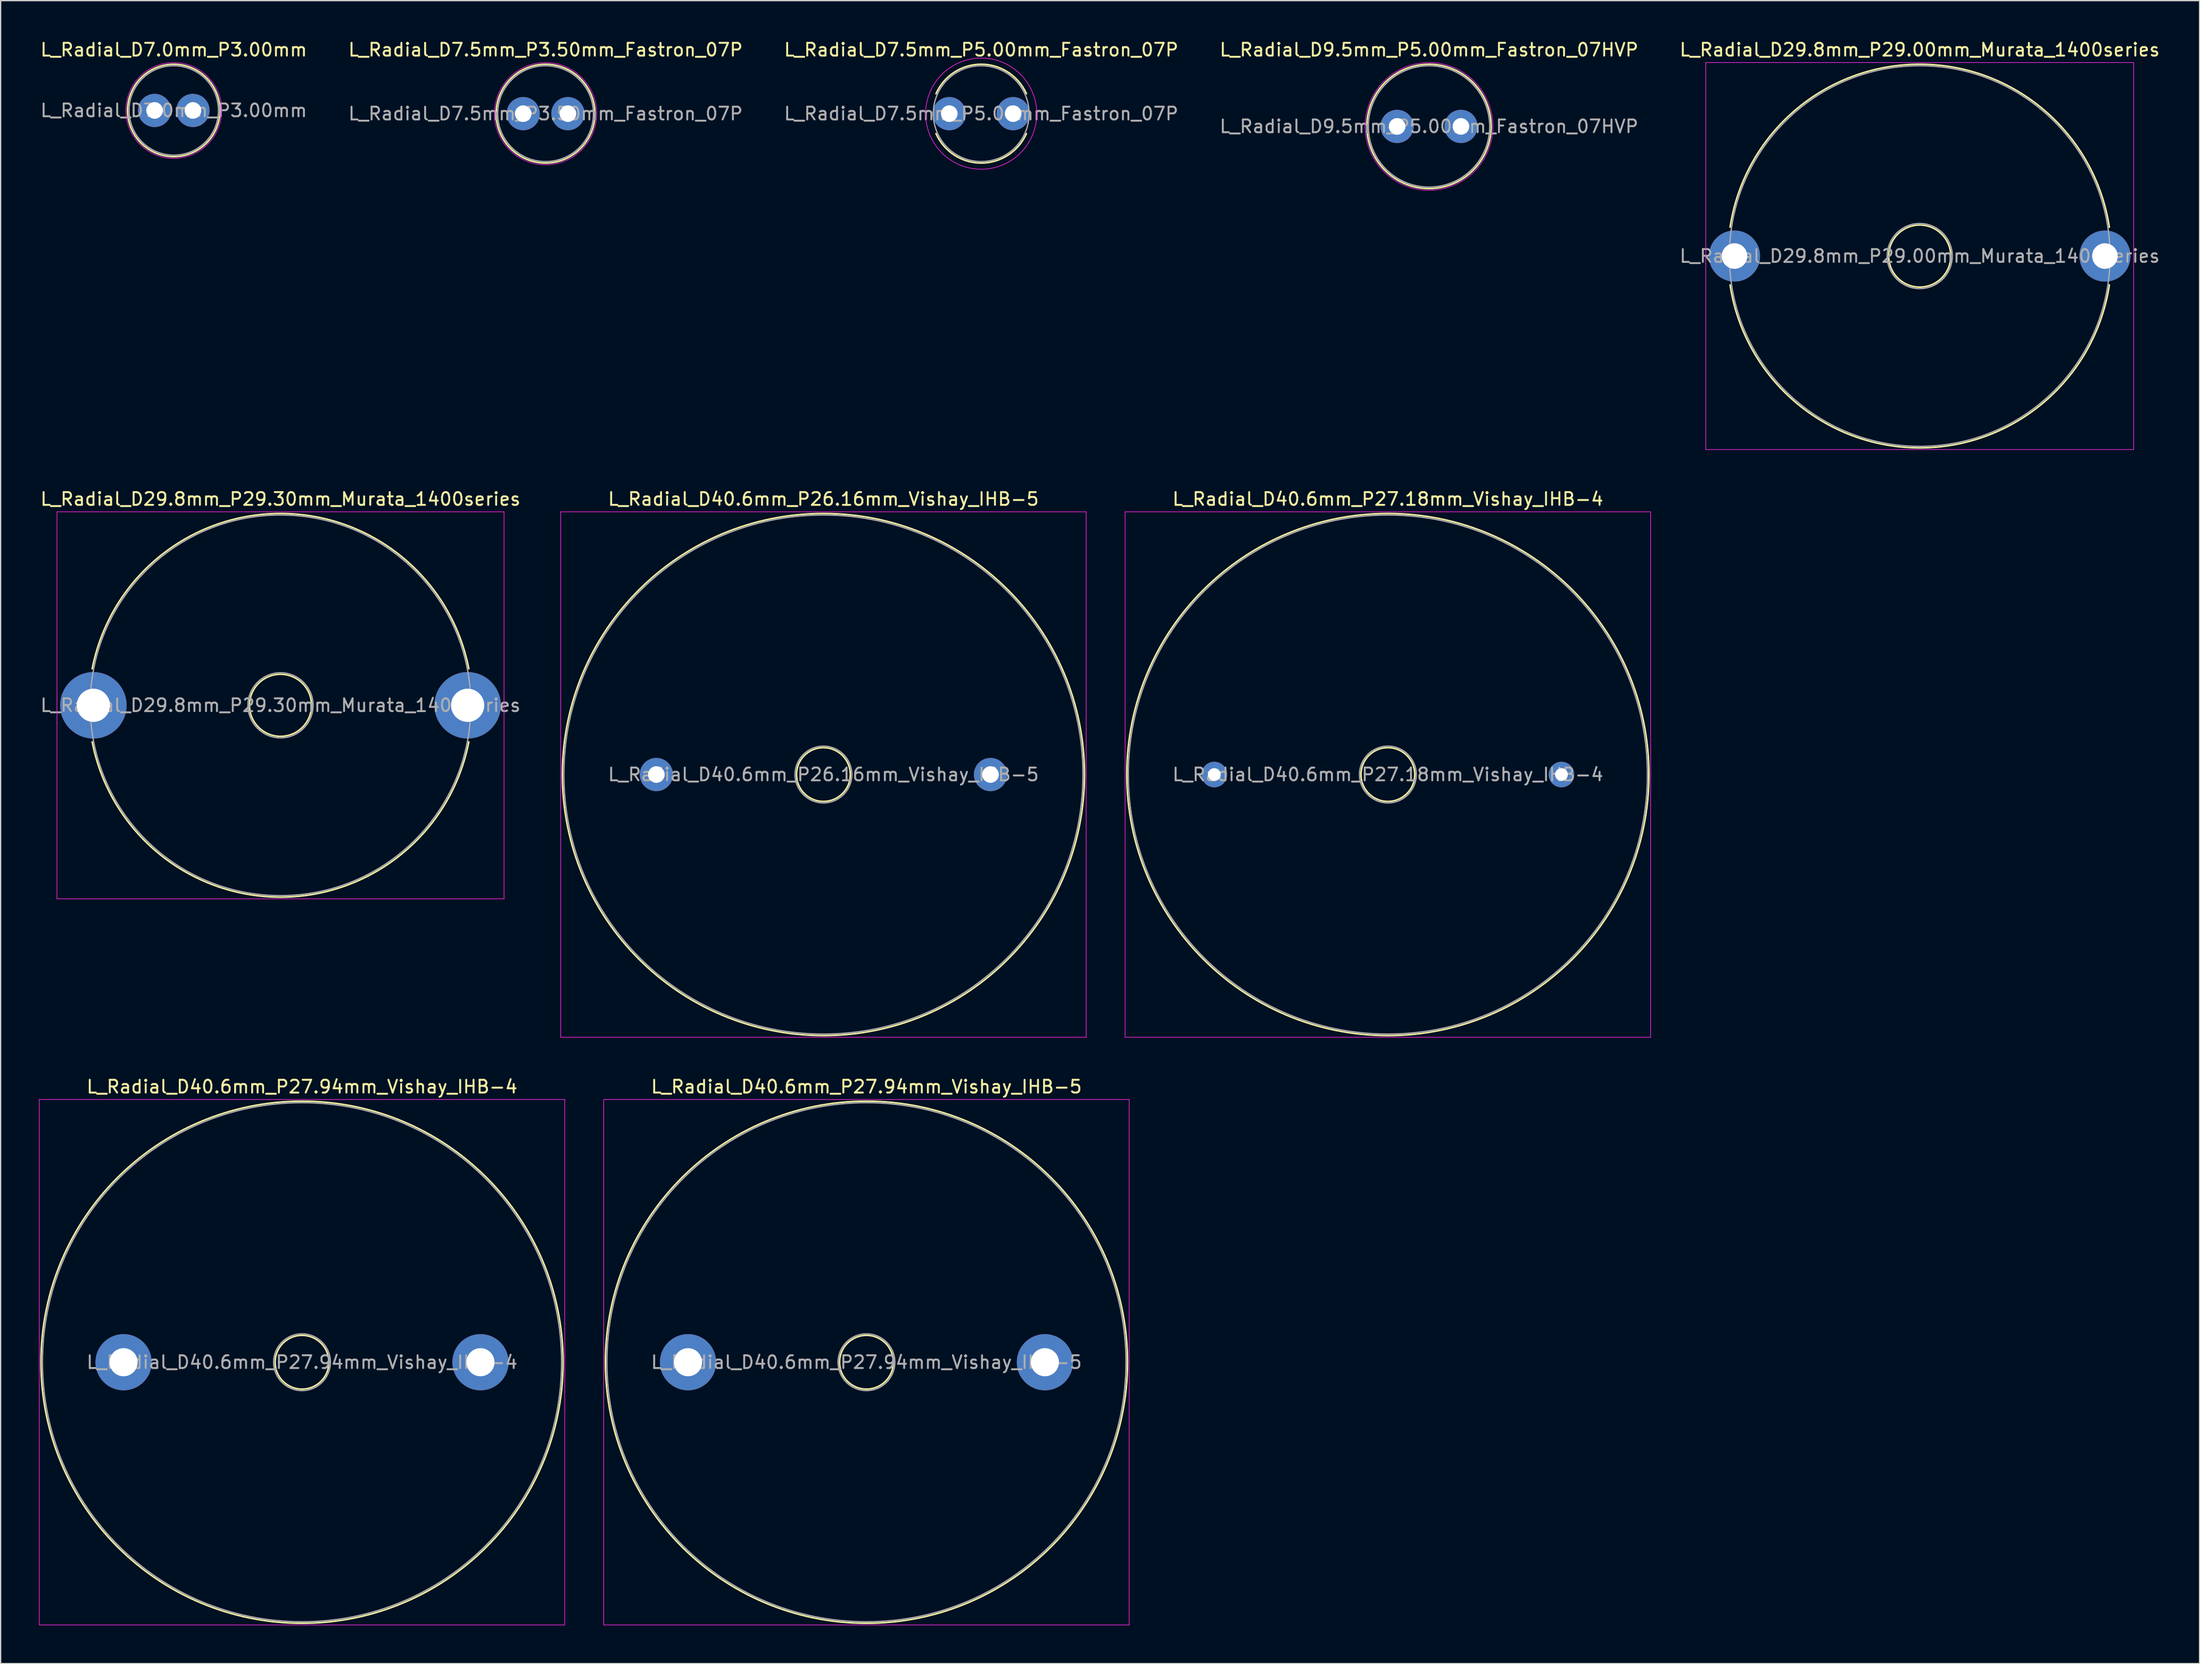
<source format=kicad_pcb>
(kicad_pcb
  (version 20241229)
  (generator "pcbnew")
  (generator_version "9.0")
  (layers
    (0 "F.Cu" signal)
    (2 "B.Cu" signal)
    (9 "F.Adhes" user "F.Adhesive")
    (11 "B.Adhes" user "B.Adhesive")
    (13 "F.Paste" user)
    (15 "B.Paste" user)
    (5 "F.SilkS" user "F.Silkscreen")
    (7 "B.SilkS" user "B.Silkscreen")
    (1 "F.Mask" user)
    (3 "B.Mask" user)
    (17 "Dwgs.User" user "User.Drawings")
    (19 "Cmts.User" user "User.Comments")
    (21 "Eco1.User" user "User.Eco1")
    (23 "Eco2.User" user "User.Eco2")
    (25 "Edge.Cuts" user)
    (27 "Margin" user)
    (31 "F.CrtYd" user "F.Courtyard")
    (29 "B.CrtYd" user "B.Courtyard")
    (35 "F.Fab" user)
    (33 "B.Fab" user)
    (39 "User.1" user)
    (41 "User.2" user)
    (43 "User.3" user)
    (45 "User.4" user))
  (footprint "L_Radial_D29.8mm_P29.30mm_Murata_1400series"
    (layer "F.Cu")
    (at 4.261 52.172)
    (property "Reference" "L_Radial_D29.8mm_P29.30mm_Murata_1400series" (at 14.65 -16.15 0) (layer "F.SilkS") (effects (font (size 1 1) (thickness 0.15))))
    (attr through_hole)
    (fp_arc (start -0.095196 -2.86) (mid 14.65 -15.02) (end 29.395196 -2.86) (stroke (width 0.12) (type solid)) (layer "F.SilkS"))
    (fp_arc (start 29.395196 2.86) (mid 14.65 15.02) (end -0.095196 2.86) (stroke (width 0.12) (type solid)) (layer "F.SilkS"))
    (fp_circle (center 14.65 0) (end 17.08 0) (stroke (width 0.12) (type solid)) (fill no) (layer "F.SilkS"))
    (fp_line (start -2.85 -15.15) (end -2.85 15.15) (stroke (width 0.05) (type solid)) (layer "F.CrtYd"))
    (fp_line (start -2.85 15.15) (end 32.15 15.15) (stroke (width 0.05) (type solid)) (layer "F.CrtYd"))
    (fp_line (start 32.15 -15.15) (end -2.85 -15.15) (stroke (width 0.05) (type solid)) (layer "F.CrtYd"))
    (fp_line (start 32.15 15.15) (end 32.15 -15.15) (stroke (width 0.05) (type solid)) (layer "F.CrtYd"))
    (fp_circle (center 14.65 0) (end 17.2 0) (stroke (width 0.1) (type solid)) (fill no) (layer "F.Fab"))
    (fp_circle (center 14.65 0) (end 29.55 0) (stroke (width 0.1) (type solid)) (fill no) (layer "F.Fab"))
    (fp_text user "${REFERENCE}" (at 14.65 0 0) (layer "F.Fab") (effects (font (size 1 1) (thickness 0.15))))
    (pad "1" thru_hole circle (at 0 0) (size 5.2 5.2) (drill 2.6) (layers "*.Cu" "*.Mask"))
    (pad "2" thru_hole circle (at 29.3 0) (size 5.2 5.2) (drill 2.6) (layers "*.Cu" "*.Mask")))
  (footprint "L_Radial_D9.5mm_P5.00mm_Fastron_07HVP"
    (layer "F.Cu")
    (at 106.327 6.848)
    (property "Reference" "L_Radial_D9.5mm_P5.00mm_Fastron_07HVP" (at 2.5 -6 0) (layer "F.SilkS") (effects (font (size 1 1) (thickness 0.15))))
    (attr through_hole)
    (fp_circle (center 2.5 0) (end 7.37 0) (stroke (width 0.12) (type solid)) (fill no) (layer "F.SilkS"))
    (fp_circle (center 2.5 0) (end 7.5 0) (stroke (width 0.05) (type solid)) (fill no) (layer "F.CrtYd"))
    (fp_circle (center 2.5 0) (end 7.25 0) (stroke (width 0.1) (type solid)) (fill no) (layer "F.Fab"))
    (fp_text user "${REFERENCE}" (at 2.5 0 0) (layer "F.Fab") (effects (font (size 1 1) (thickness 0.15))))
    (pad "1" thru_hole circle (at 0 0) (size 2.6 2.6) (drill 1.3) (layers "*.Cu" "*.Mask"))
    (pad "2" thru_hole circle (at 5 0) (size 2.6 2.6) (drill 1.3) (layers "*.Cu" "*.Mask")))
  (footprint "L_Radial_D7.5mm_P5.00mm_Fastron_07P"
    (layer "F.Cu")
    (at 71.268 5.848)
    (property "Reference" "L_Radial_D7.5mm_P5.00mm_Fastron_07P" (at 2.5 -5 0) (layer "F.SilkS") (effects (font (size 1 1) (thickness 0.15))))
    (attr through_hole)
    (fp_arc (start -1.041652 -1.56) (mid 2.5 -3.87) (end 6.041652 -1.56) (stroke (width 0.12) (type solid)) (layer "F.SilkS"))
    (fp_arc (start 6.041652 1.56) (mid 2.5 3.87) (end -1.041652 1.56) (stroke (width 0.12) (type solid)) (layer "F.SilkS"))
    (fp_circle (center 2.5 0) (end 6.85 0) (stroke (width 0.05) (type solid)) (fill no) (layer "F.CrtYd"))
    (fp_circle (center 2.5 0) (end 6.25 0) (stroke (width 0.1) (type solid)) (fill no) (layer "F.Fab"))
    (fp_text user "${REFERENCE}" (at 2.5 0 0) (layer "F.Fab") (effects (font (size 1 1) (thickness 0.15))))
    (pad "1" thru_hole circle (at 0 0) (size 2.6 2.6) (drill 1.3) (layers "*.Cu" "*.Mask"))
    (pad "2" thru_hole circle (at 5 0) (size 2.6 2.6) (drill 1.3) (layers "*.Cu" "*.Mask")))
  (footprint "L_Radial_D40.6mm_P27.94mm_Vishay_IHB-4"
    (layer "F.Cu")
    (at 6.625 103.605)
    (property "Reference" "L_Radial_D40.6mm_P27.94mm_Vishay_IHB-4" (at 13.97 -21.57 0) (layer "F.SilkS") (effects (font (size 1 1) (thickness 0.15))))
    (attr through_hole)
    (fp_circle (center 13.97 0) (end 16.075 0) (stroke (width 0.12) (type solid)) (fill no) (layer "F.SilkS"))
    (fp_circle (center 13.97 0) (end 34.41 0) (stroke (width 0.12) (type solid)) (fill no) (layer "F.SilkS"))
    (fp_line (start -6.6 -20.57) (end -6.6 20.57) (stroke (width 0.05) (type solid)) (layer "F.CrtYd"))
    (fp_line (start -6.6 20.57) (end 34.54 20.57) (stroke (width 0.05) (type solid)) (layer "F.CrtYd"))
    (fp_line (start 34.54 -20.57) (end -6.6 -20.57) (stroke (width 0.05) (type solid)) (layer "F.CrtYd"))
    (fp_line (start 34.54 20.57) (end 34.54 -20.57) (stroke (width 0.05) (type solid)) (layer "F.CrtYd"))
    (fp_circle (center 13.97 0) (end 16.195 0) (stroke (width 0.1) (type solid)) (fill no) (layer "F.Fab"))
    (fp_circle (center 13.97 0) (end 34.29 0) (stroke (width 0.1) (type solid)) (fill no) (layer "F.Fab"))
    (fp_text user "${REFERENCE}" (at 13.97 0 0) (layer "F.Fab") (effects (font (size 1 1) (thickness 0.15))))
    (pad "1" thru_hole circle (at 0 0) (size 4.4 4.4) (drill 2.2) (layers "*.Cu" "*.Mask"))
    (pad "2" thru_hole circle (at 27.94 0) (size 4.4 4.4) (drill 2.2) (layers "*.Cu" "*.Mask")))
  (footprint "L_Radial_D29.8mm_P29.00mm_Murata_1400series"
    (layer "F.Cu")
    (at 132.744 16.998)
    (property "Reference" "L_Radial_D29.8mm_P29.00mm_Murata_1400series" (at 14.5 -16.15 0) (layer "F.SilkS") (effects (font (size 1 1) (thickness 0.15))))
    (attr through_hole)
    (fp_arc (start -0.349 -2.26) (mid 14.5 -15.02) (end 29.349 -2.26) (stroke (width 0.12) (type solid)) (layer "F.SilkS"))
    (fp_arc (start 29.349 2.26) (mid 14.5 15.02) (end -0.349 2.26) (stroke (width 0.12) (type solid)) (layer "F.SilkS"))
    (fp_circle (center 14.5 0) (end 16.93 0) (stroke (width 0.12) (type solid)) (fill no) (layer "F.SilkS"))
    (fp_line (start -2.25 -15.15) (end -2.25 15.15) (stroke (width 0.05) (type solid)) (layer "F.CrtYd"))
    (fp_line (start -2.25 15.15) (end 31.25 15.15) (stroke (width 0.05) (type solid)) (layer "F.CrtYd"))
    (fp_line (start 31.25 -15.15) (end -2.25 -15.15) (stroke (width 0.05) (type solid)) (layer "F.CrtYd"))
    (fp_line (start 31.25 15.15) (end 31.25 -15.15) (stroke (width 0.05) (type solid)) (layer "F.CrtYd"))
    (fp_circle (center 14.5 0) (end 17.05 0) (stroke (width 0.1) (type solid)) (fill no) (layer "F.Fab"))
    (fp_circle (center 14.5 0) (end 29.4 0) (stroke (width 0.1) (type solid)) (fill no) (layer "F.Fab"))
    (fp_text user "${REFERENCE}" (at 14.5 0 0) (layer "F.Fab") (effects (font (size 1 1) (thickness 0.15))))
    (pad "1" thru_hole circle (at 0 0) (size 4 4) (drill 2) (layers "*.Cu" "*.Mask"))
    (pad "2" thru_hole circle (at 29 0) (size 4 4) (drill 2) (layers "*.Cu" "*.Mask")))
  (footprint "L_Radial_D7.0mm_P3.00mm"
    (layer "F.Cu")
    (at 9.054 5.598)
    (property "Reference" "L_Radial_D7.0mm_P3.00mm" (at 1.5 -4.75 0) (layer "F.SilkS") (effects (font (size 1 1) (thickness 0.15))))
    (attr through_hole)
    (fp_circle (center 1.5 0) (end 5.12 0) (stroke (width 0.12) (type solid)) (fill no) (layer "F.SilkS"))
    (fp_circle (center 1.5 0) (end 5.25 0) (stroke (width 0.05) (type solid)) (fill no) (layer "F.CrtYd"))
    (fp_circle (center 1.5 0) (end 5 0) (stroke (width 0.1) (type solid)) (fill no) (layer "F.Fab"))
    (fp_text user "${REFERENCE}" (at 1.5 0 0) (layer "F.Fab") (effects (font (size 1 1) (thickness 0.15))))
    (pad "1" thru_hole circle (at 0 0) (size 2.6 2.6) (drill 1.3) (layers "*.Cu" "*.Mask"))
    (pad "2" thru_hole circle (at 3 0) (size 2.6 2.6) (drill 1.3) (layers "*.Cu" "*.Mask")))
  (footprint "L_Radial_D7.5mm_P3.50mm_Fastron_07P"
    (layer "F.Cu")
    (at 37.911 5.848)
    (property "Reference" "L_Radial_D7.5mm_P3.50mm_Fastron_07P" (at 1.75 -5 0) (layer "F.SilkS") (effects (font (size 1 1) (thickness 0.15))))
    (attr through_hole)
    (fp_circle (center 1.75 0) (end 5.62 0) (stroke (width 0.12) (type solid)) (fill no) (layer "F.SilkS"))
    (fp_circle (center 1.75 0) (end 5.75 0) (stroke (width 0.05) (type solid)) (fill no) (layer "F.CrtYd"))
    (fp_circle (center 1.75 0) (end 5.5 0) (stroke (width 0.1) (type solid)) (fill no) (layer "F.Fab"))
    (fp_text user "${REFERENCE}" (at 1.75 0 0) (layer "F.Fab") (effects (font (size 1 1) (thickness 0.15))))
    (pad "1" thru_hole circle (at 0 0) (size 2.6 2.6) (drill 1.3) (layers "*.Cu" "*.Mask"))
    (pad "2" thru_hole circle (at 3.5 0) (size 2.6 2.6) (drill 1.3) (layers "*.Cu" "*.Mask")))
  (footprint "L_Radial_D40.6mm_P27.18mm_Vishay_IHB-4"
    (layer "F.Cu")
    (at 92.016 57.592)
    (property "Reference" "L_Radial_D40.6mm_P27.18mm_Vishay_IHB-4" (at 13.59 -21.57 0) (layer "F.SilkS") (effects (font (size 1 1) (thickness 0.15))))
    (attr through_hole)
    (fp_circle (center 13.59 0) (end 15.695 0) (stroke (width 0.12) (type solid)) (fill no) (layer "F.SilkS"))
    (fp_circle (center 13.59 0) (end 34.03 0) (stroke (width 0.12) (type solid)) (fill no) (layer "F.SilkS"))
    (fp_line (start -6.98 -20.57) (end -6.98 20.57) (stroke (width 0.05) (type solid)) (layer "F.CrtYd"))
    (fp_line (start -6.98 20.57) (end 34.16 20.57) (stroke (width 0.05) (type solid)) (layer "F.CrtYd"))
    (fp_line (start 34.16 -20.57) (end -6.98 -20.57) (stroke (width 0.05) (type solid)) (layer "F.CrtYd"))
    (fp_line (start 34.16 20.57) (end 34.16 -20.57) (stroke (width 0.05) (type solid)) (layer "F.CrtYd"))
    (fp_circle (center 13.59 0) (end 15.815 0) (stroke (width 0.1) (type solid)) (fill no) (layer "F.Fab"))
    (fp_circle (center 13.59 0) (end 33.91 0) (stroke (width 0.1) (type solid)) (fill no) (layer "F.Fab"))
    (fp_text user "${REFERENCE}" (at 13.59 0 0) (layer "F.Fab") (effects (font (size 1 1) (thickness 0.15))))
    (pad "1" thru_hole circle (at 0 0) (size 2 2) (drill 1) (layers "*.Cu" "*.Mask"))
    (pad "2" thru_hole circle (at 27.18 0) (size 2 2) (drill 1) (layers "*.Cu" "*.Mask")))
  (footprint "L_Radial_D40.6mm_P27.94mm_Vishay_IHB-5"
    (layer "F.Cu")
    (at 50.815 103.605)
    (property "Reference" "L_Radial_D40.6mm_P27.94mm_Vishay_IHB-5" (at 13.97 -21.57 0) (layer "F.SilkS") (effects (font (size 1 1) (thickness 0.15))))
    (attr through_hole)
    (fp_circle (center 13.97 0) (end 16.075 0) (stroke (width 0.12) (type solid)) (fill no) (layer "F.SilkS"))
    (fp_circle (center 13.97 0) (end 34.41 0) (stroke (width 0.12) (type solid)) (fill no) (layer "F.SilkS"))
    (fp_line (start -6.6 -20.57) (end -6.6 20.57) (stroke (width 0.05) (type solid)) (layer "F.CrtYd"))
    (fp_line (start -6.6 20.57) (end 34.54 20.57) (stroke (width 0.05) (type solid)) (layer "F.CrtYd"))
    (fp_line (start 34.54 -20.57) (end -6.6 -20.57) (stroke (width 0.05) (type solid)) (layer "F.CrtYd"))
    (fp_line (start 34.54 20.57) (end 34.54 -20.57) (stroke (width 0.05) (type solid)) (layer "F.CrtYd"))
    (fp_circle (center 13.97 0) (end 16.195 0) (stroke (width 0.1) (type solid)) (fill no) (layer "F.Fab"))
    (fp_circle (center 13.97 0) (end 34.29 0) (stroke (width 0.1) (type solid)) (fill no) (layer "F.Fab"))
    (fp_text user "${REFERENCE}" (at 13.97 0 0) (layer "F.Fab") (effects (font (size 1 1) (thickness 0.15))))
    (pad "1" thru_hole circle (at 0 0) (size 4.4 4.4) (drill 2.2) (layers "*.Cu" "*.Mask"))
    (pad "2" thru_hole circle (at 27.94 0) (size 4.4 4.4) (drill 2.2) (layers "*.Cu" "*.Mask")))
  (footprint "L_Radial_D40.6mm_P26.16mm_Vishay_IHB-5"
    (layer "F.Cu")
    (at 48.336 57.592)
    (property "Reference" "L_Radial_D40.6mm_P26.16mm_Vishay_IHB-5" (at 13.08 -21.57 0) (layer "F.SilkS") (effects (font (size 1 1) (thickness 0.15))))
    (attr through_hole)
    (fp_circle (center 13.08 0) (end 15.185 0) (stroke (width 0.12) (type solid)) (fill no) (layer "F.SilkS"))
    (fp_circle (center 13.08 0) (end 33.52 0) (stroke (width 0.12) (type solid)) (fill no) (layer "F.SilkS"))
    (fp_line (start -7.49 -20.57) (end -7.49 20.57) (stroke (width 0.05) (type solid)) (layer "F.CrtYd"))
    (fp_line (start -7.49 20.57) (end 33.65 20.57) (stroke (width 0.05) (type solid)) (layer "F.CrtYd"))
    (fp_line (start 33.65 -20.57) (end -7.49 -20.57) (stroke (width 0.05) (type solid)) (layer "F.CrtYd"))
    (fp_line (start 33.65 20.57) (end 33.65 -20.57) (stroke (width 0.05) (type solid)) (layer "F.CrtYd"))
    (fp_circle (center 13.08 0) (end 15.305 0) (stroke (width 0.1) (type solid)) (fill no) (layer "F.Fab"))
    (fp_circle (center 13.08 0) (end 33.4 0) (stroke (width 0.1) (type solid)) (fill no) (layer "F.Fab"))
    (fp_text user "${REFERENCE}" (at 13.08 0 0) (layer "F.Fab") (effects (font (size 1 1) (thickness 0.15))))
    (pad "1" thru_hole circle (at 0 0) (size 2.6 2.6) (drill 1.3) (layers "*.Cu" "*.Mask"))
    (pad "2" thru_hole circle (at 26.16 0) (size 2.6 2.6) (drill 1.3) (layers "*.Cu" "*.Mask")))
  (gr_rect
    (start -3 -3)
    (end 169.155 127.2)
    (stroke (width 0.1) (type default))
    (fill no)
    (layer "Edge.Cuts")))
</source>
